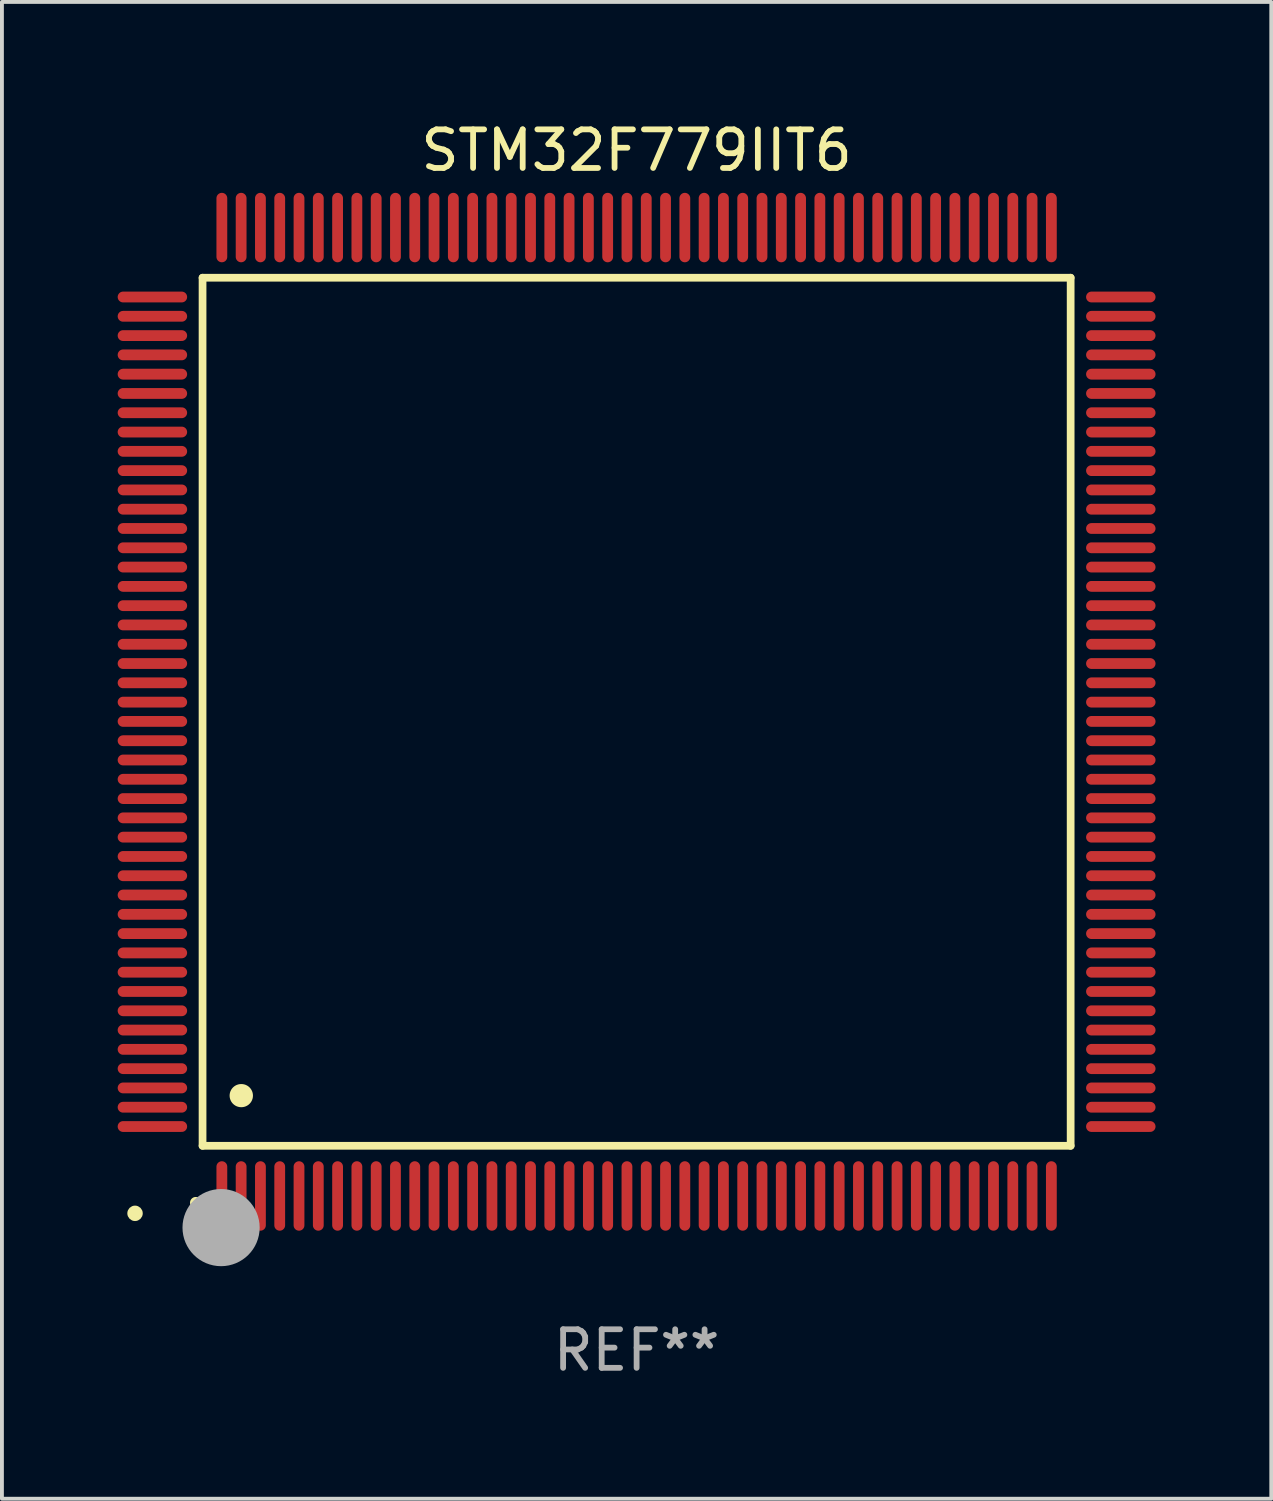
<source format=kicad_pcb>
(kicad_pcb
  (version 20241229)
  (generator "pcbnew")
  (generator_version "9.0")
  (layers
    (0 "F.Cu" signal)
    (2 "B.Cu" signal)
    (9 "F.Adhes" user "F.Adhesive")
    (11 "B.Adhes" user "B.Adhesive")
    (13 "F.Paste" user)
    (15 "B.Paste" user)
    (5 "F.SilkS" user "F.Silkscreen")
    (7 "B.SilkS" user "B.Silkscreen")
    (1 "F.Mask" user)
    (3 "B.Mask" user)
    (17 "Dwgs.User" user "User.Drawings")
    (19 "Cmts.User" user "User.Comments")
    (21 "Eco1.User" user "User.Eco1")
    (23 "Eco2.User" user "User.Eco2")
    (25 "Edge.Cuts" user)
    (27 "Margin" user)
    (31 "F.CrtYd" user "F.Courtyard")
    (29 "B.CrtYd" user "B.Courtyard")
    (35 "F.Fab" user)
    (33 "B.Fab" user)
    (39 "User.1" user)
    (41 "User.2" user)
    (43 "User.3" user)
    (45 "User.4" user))
  (footprint "STM32F779IIT6"
    (layer "F.Cu")
    (at 13.45 15.398)
    (property "Reference" "STM32F779IIT6" (at 0 -14.55 0) (layer "F.SilkS") (effects (font (size 1 1) (thickness 0.15))))
    (attr through_hole)
    (fp_line (start -11.25 -11.25) (end 11.25 -11.25) (stroke (width 0.2) (type solid)) (layer "F.SilkS"))
    (fp_line (start -11.25 11.25) (end -11.25 -11.25) (stroke (width 0.2) (type solid)) (layer "F.SilkS"))
    (fp_line (start 11.25 -11.25) (end 11.25 11.25) (stroke (width 0.2) (type solid)) (layer "F.SilkS"))
    (fp_line (start 11.25 11.25) (end -11.25 11.25) (stroke (width 0.2) (type solid)) (layer "F.SilkS"))
    (fp_arc (start -11.424943 12.725425) (mid -11.423673 12.72542) (end -11.422403 12.725425) (stroke (width 0.3) (type solid)) (layer "F.SilkS"))
    (fp_arc (start -10.24892 9.9492) (mid -10.24638 9.949189) (end -10.24384 9.9492) (stroke (width 0.6) (type solid)) (layer "F.SilkS"))
    (fp_circle (center -13 13) (end -12.9 13) (stroke (width 0.2) (type solid)) (fill no) (layer "F.SilkS"))
    (fp_circle (center -10.77 13.37) (end -10.27 13.37) (stroke (width 1) (type solid)) (fill no) (layer "F.Fab"))
    (fp_text user "REF**" (at 0 16.55 0) (layer "F.Fab") (effects (font (size 1 1) (thickness 0.15))))
    (pad "1" smd oval (at -10.75 12.55) (size 0.28 1.8) (layers "F.Cu" "F.Mask" "F.Paste"))
    (pad "2" smd oval (at -10.25 12.55) (size 0.28 1.8) (layers "F.Cu" "F.Mask" "F.Paste"))
    (pad "3" smd oval (at -9.75 12.55) (size 0.28 1.8) (layers "F.Cu" "F.Mask" "F.Paste"))
    (pad "4" smd oval (at -9.25 12.55) (size 0.28 1.8) (layers "F.Cu" "F.Mask" "F.Paste"))
    (pad "5" smd oval (at -8.75 12.55) (size 0.28 1.8) (layers "F.Cu" "F.Mask" "F.Paste"))
    (pad "6" smd oval (at -8.25 12.55) (size 0.28 1.8) (layers "F.Cu" "F.Mask" "F.Paste"))
    (pad "7" smd oval (at -7.75 12.55) (size 0.28 1.8) (layers "F.Cu" "F.Mask" "F.Paste"))
    (pad "8" smd oval (at -7.25 12.55) (size 0.28 1.8) (layers "F.Cu" "F.Mask" "F.Paste"))
    (pad "9" smd oval (at -6.75 12.55) (size 0.28 1.8) (layers "F.Cu" "F.Mask" "F.Paste"))
    (pad "10" smd oval (at -6.25 12.55) (size 0.28 1.8) (layers "F.Cu" "F.Mask" "F.Paste"))
    (pad "11" smd oval (at -5.75 12.55) (size 0.28 1.8) (layers "F.Cu" "F.Mask" "F.Paste"))
    (pad "12" smd oval (at -5.25 12.55) (size 0.28 1.8) (layers "F.Cu" "F.Mask" "F.Paste"))
    (pad "13" smd oval (at -4.75 12.55) (size 0.28 1.8) (layers "F.Cu" "F.Mask" "F.Paste"))
    (pad "14" smd oval (at -4.25 12.55) (size 0.28 1.8) (layers "F.Cu" "F.Mask" "F.Paste"))
    (pad "15" smd oval (at -3.75 12.55) (size 0.28 1.8) (layers "F.Cu" "F.Mask" "F.Paste"))
    (pad "16" smd oval (at -3.25 12.55) (size 0.28 1.8) (layers "F.Cu" "F.Mask" "F.Paste"))
    (pad "17" smd oval (at -2.75 12.55) (size 0.28 1.8) (layers "F.Cu" "F.Mask" "F.Paste"))
    (pad "18" smd oval (at -2.25 12.55) (size 0.28 1.8) (layers "F.Cu" "F.Mask" "F.Paste"))
    (pad "19" smd oval (at -1.75 12.55) (size 0.28 1.8) (layers "F.Cu" "F.Mask" "F.Paste"))
    (pad "20" smd oval (at -1.25 12.55) (size 0.28 1.8) (layers "F.Cu" "F.Mask" "F.Paste"))
    (pad "21" smd oval (at -0.75 12.55) (size 0.28 1.8) (layers "F.Cu" "F.Mask" "F.Paste"))
    (pad "22" smd oval (at -0.25 12.55) (size 0.28 1.8) (layers "F.Cu" "F.Mask" "F.Paste"))
    (pad "23" smd oval (at 0.25 12.55) (size 0.28 1.8) (layers "F.Cu" "F.Mask" "F.Paste"))
    (pad "24" smd oval (at 0.75 12.55) (size 0.28 1.8) (layers "F.Cu" "F.Mask" "F.Paste"))
    (pad "25" smd oval (at 1.25 12.55) (size 0.28 1.8) (layers "F.Cu" "F.Mask" "F.Paste"))
    (pad "26" smd oval (at 1.75 12.55) (size 0.28 1.8) (layers "F.Cu" "F.Mask" "F.Paste"))
    (pad "27" smd oval (at 2.25 12.55) (size 0.28 1.8) (layers "F.Cu" "F.Mask" "F.Paste"))
    (pad "28" smd oval (at 2.75 12.55) (size 0.28 1.8) (layers "F.Cu" "F.Mask" "F.Paste"))
    (pad "29" smd oval (at 3.25 12.55) (size 0.28 1.8) (layers "F.Cu" "F.Mask" "F.Paste"))
    (pad "30" smd oval (at 3.75 12.55) (size 0.28 1.8) (layers "F.Cu" "F.Mask" "F.Paste"))
    (pad "31" smd oval (at 4.25 12.55) (size 0.28 1.8) (layers "F.Cu" "F.Mask" "F.Paste"))
    (pad "32" smd oval (at 4.75 12.55) (size 0.28 1.8) (layers "F.Cu" "F.Mask" "F.Paste"))
    (pad "33" smd oval (at 5.25 12.55) (size 0.28 1.8) (layers "F.Cu" "F.Mask" "F.Paste"))
    (pad "34" smd oval (at 5.75 12.55) (size 0.28 1.8) (layers "F.Cu" "F.Mask" "F.Paste"))
    (pad "35" smd oval (at 6.25 12.55) (size 0.28 1.8) (layers "F.Cu" "F.Mask" "F.Paste"))
    (pad "36" smd oval (at 6.75 12.55) (size 0.28 1.8) (layers "F.Cu" "F.Mask" "F.Paste"))
    (pad "37" smd oval (at 7.25 12.55) (size 0.28 1.8) (layers "F.Cu" "F.Mask" "F.Paste"))
    (pad "38" smd oval (at 7.75 12.55) (size 0.28 1.8) (layers "F.Cu" "F.Mask" "F.Paste"))
    (pad "39" smd oval (at 8.25 12.55) (size 0.28 1.8) (layers "F.Cu" "F.Mask" "F.Paste"))
    (pad "40" smd oval (at 8.75 12.55) (size 0.28 1.8) (layers "F.Cu" "F.Mask" "F.Paste"))
    (pad "41" smd oval (at 9.25 12.55) (size 0.28 1.8) (layers "F.Cu" "F.Mask" "F.Paste"))
    (pad "42" smd oval (at 9.75 12.55) (size 0.28 1.8) (layers "F.Cu" "F.Mask" "F.Paste"))
    (pad "43" smd oval (at 10.25 12.55) (size 0.28 1.8) (layers "F.Cu" "F.Mask" "F.Paste"))
    (pad "44" smd oval (at 10.75 12.55) (size 0.28 1.8) (layers "F.Cu" "F.Mask" "F.Paste"))
    (pad "45" smd oval (at 12.55 10.75) (size 1.8 0.28) (layers "F.Cu" "F.Mask" "F.Paste"))
    (pad "46" smd oval (at 12.55 10.25) (size 1.8 0.28) (layers "F.Cu" "F.Mask" "F.Paste"))
    (pad "47" smd oval (at 12.55 9.75) (size 1.8 0.28) (layers "F.Cu" "F.Mask" "F.Paste"))
    (pad "48" smd oval (at 12.55 9.25) (size 1.8 0.28) (layers "F.Cu" "F.Mask" "F.Paste"))
    (pad "49" smd oval (at 12.55 8.75) (size 1.8 0.28) (layers "F.Cu" "F.Mask" "F.Paste"))
    (pad "50" smd oval (at 12.55 8.25) (size 1.8 0.28) (layers "F.Cu" "F.Mask" "F.Paste"))
    (pad "51" smd oval (at 12.55 7.75) (size 1.8 0.28) (layers "F.Cu" "F.Mask" "F.Paste"))
    (pad "52" smd oval (at 12.55 7.25) (size 1.8 0.28) (layers "F.Cu" "F.Mask" "F.Paste"))
    (pad "53" smd oval (at 12.55 6.75) (size 1.8 0.28) (layers "F.Cu" "F.Mask" "F.Paste"))
    (pad "54" smd oval (at 12.55 6.25) (size 1.8 0.28) (layers "F.Cu" "F.Mask" "F.Paste"))
    (pad "55" smd oval (at 12.55 5.75) (size 1.8 0.28) (layers "F.Cu" "F.Mask" "F.Paste"))
    (pad "56" smd oval (at 12.55 5.25) (size 1.8 0.28) (layers "F.Cu" "F.Mask" "F.Paste"))
    (pad "57" smd oval (at 12.55 4.75) (size 1.8 0.28) (layers "F.Cu" "F.Mask" "F.Paste"))
    (pad "58" smd oval (at 12.55 4.25) (size 1.8 0.28) (layers "F.Cu" "F.Mask" "F.Paste"))
    (pad "59" smd oval (at 12.55 3.75) (size 1.8 0.28) (layers "F.Cu" "F.Mask" "F.Paste"))
    (pad "60" smd oval (at 12.55 3.25) (size 1.8 0.28) (layers "F.Cu" "F.Mask" "F.Paste"))
    (pad "61" smd oval (at 12.55 2.75) (size 1.8 0.28) (layers "F.Cu" "F.Mask" "F.Paste"))
    (pad "62" smd oval (at 12.55 2.25) (size 1.8 0.28) (layers "F.Cu" "F.Mask" "F.Paste"))
    (pad "63" smd oval (at 12.55 1.75) (size 1.8 0.28) (layers "F.Cu" "F.Mask" "F.Paste"))
    (pad "64" smd oval (at 12.55 1.25) (size 1.8 0.28) (layers "F.Cu" "F.Mask" "F.Paste"))
    (pad "65" smd oval (at 12.55 0.75) (size 1.8 0.28) (layers "F.Cu" "F.Mask" "F.Paste"))
    (pad "66" smd oval (at 12.55 0.25) (size 1.8 0.28) (layers "F.Cu" "F.Mask" "F.Paste"))
    (pad "67" smd oval (at 12.55 -0.25) (size 1.8 0.28) (layers "F.Cu" "F.Mask" "F.Paste"))
    (pad "68" smd oval (at 12.55 -0.75) (size 1.8 0.28) (layers "F.Cu" "F.Mask" "F.Paste"))
    (pad "69" smd oval (at 12.55 -1.25) (size 1.8 0.28) (layers "F.Cu" "F.Mask" "F.Paste"))
    (pad "70" smd oval (at 12.55 -1.75) (size 1.8 0.28) (layers "F.Cu" "F.Mask" "F.Paste"))
    (pad "71" smd oval (at 12.55 -2.25) (size 1.8 0.28) (layers "F.Cu" "F.Mask" "F.Paste"))
    (pad "72" smd oval (at 12.55 -2.75) (size 1.8 0.28) (layers "F.Cu" "F.Mask" "F.Paste"))
    (pad "73" smd oval (at 12.55 -3.25) (size 1.8 0.28) (layers "F.Cu" "F.Mask" "F.Paste"))
    (pad "74" smd oval (at 12.55 -3.75) (size 1.8 0.28) (layers "F.Cu" "F.Mask" "F.Paste"))
    (pad "75" smd oval (at 12.55 -4.25) (size 1.8 0.28) (layers "F.Cu" "F.Mask" "F.Paste"))
    (pad "76" smd oval (at 12.55 -4.75) (size 1.8 0.28) (layers "F.Cu" "F.Mask" "F.Paste"))
    (pad "77" smd oval (at 12.55 -5.25) (size 1.8 0.28) (layers "F.Cu" "F.Mask" "F.Paste"))
    (pad "78" smd oval (at 12.55 -5.75) (size 1.8 0.28) (layers "F.Cu" "F.Mask" "F.Paste"))
    (pad "79" smd oval (at 12.55 -6.25) (size 1.8 0.28) (layers "F.Cu" "F.Mask" "F.Paste"))
    (pad "80" smd oval (at 12.55 -6.75) (size 1.8 0.28) (layers "F.Cu" "F.Mask" "F.Paste"))
    (pad "81" smd oval (at 12.55 -7.25) (size 1.8 0.28) (layers "F.Cu" "F.Mask" "F.Paste"))
    (pad "82" smd oval (at 12.55 -7.75) (size 1.8 0.28) (layers "F.Cu" "F.Mask" "F.Paste"))
    (pad "83" smd oval (at 12.55 -8.25) (size 1.8 0.28) (layers "F.Cu" "F.Mask" "F.Paste"))
    (pad "84" smd oval (at 12.55 -8.75) (size 1.8 0.28) (layers "F.Cu" "F.Mask" "F.Paste"))
    (pad "85" smd oval (at 12.55 -9.25) (size 1.8 0.28) (layers "F.Cu" "F.Mask" "F.Paste"))
    (pad "86" smd oval (at 12.55 -9.75) (size 1.8 0.28) (layers "F.Cu" "F.Mask" "F.Paste"))
    (pad "87" smd oval (at 12.55 -10.25) (size 1.8 0.28) (layers "F.Cu" "F.Mask" "F.Paste"))
    (pad "88" smd oval (at 12.55 -10.75) (size 1.8 0.28) (layers "F.Cu" "F.Mask" "F.Paste"))
    (pad "89" smd oval (at 10.75 -12.55) (size 0.28 1.8) (layers "F.Cu" "F.Mask" "F.Paste"))
    (pad "90" smd oval (at 10.25 -12.55) (size 0.28 1.8) (layers "F.Cu" "F.Mask" "F.Paste"))
    (pad "91" smd oval (at 9.75 -12.55) (size 0.28 1.8) (layers "F.Cu" "F.Mask" "F.Paste"))
    (pad "92" smd oval (at 9.25 -12.55) (size 0.28 1.8) (layers "F.Cu" "F.Mask" "F.Paste"))
    (pad "93" smd oval (at 8.75 -12.55) (size 0.28 1.8) (layers "F.Cu" "F.Mask" "F.Paste"))
    (pad "94" smd oval (at 8.25 -12.55) (size 0.28 1.8) (layers "F.Cu" "F.Mask" "F.Paste"))
    (pad "95" smd oval (at 7.75 -12.55) (size 0.28 1.8) (layers "F.Cu" "F.Mask" "F.Paste"))
    (pad "96" smd oval (at 7.25 -12.55) (size 0.28 1.8) (layers "F.Cu" "F.Mask" "F.Paste"))
    (pad "97" smd oval (at 6.75 -12.55) (size 0.28 1.8) (layers "F.Cu" "F.Mask" "F.Paste"))
    (pad "98" smd oval (at 6.25 -12.55) (size 0.28 1.8) (layers "F.Cu" "F.Mask" "F.Paste"))
    (pad "99" smd oval (at 5.75 -12.55) (size 0.28 1.8) (layers "F.Cu" "F.Mask" "F.Paste"))
    (pad "100" smd oval (at 5.25 -12.55) (size 0.28 1.8) (layers "F.Cu" "F.Mask" "F.Paste"))
    (pad "101" smd oval (at 4.75 -12.55) (size 0.28 1.8) (layers "F.Cu" "F.Mask" "F.Paste"))
    (pad "102" smd oval (at 4.25 -12.55) (size 0.28 1.8) (layers "F.Cu" "F.Mask" "F.Paste"))
    (pad "103" smd oval (at 3.75 -12.55) (size 0.28 1.8) (layers "F.Cu" "F.Mask" "F.Paste"))
    (pad "104" smd oval (at 3.25 -12.55) (size 0.28 1.8) (layers "F.Cu" "F.Mask" "F.Paste"))
    (pad "105" smd oval (at 2.75 -12.55) (size 0.28 1.8) (layers "F.Cu" "F.Mask" "F.Paste"))
    (pad "106" smd oval (at 2.25 -12.55) (size 0.28 1.8) (layers "F.Cu" "F.Mask" "F.Paste"))
    (pad "107" smd oval (at 1.75 -12.55) (size 0.28 1.8) (layers "F.Cu" "F.Mask" "F.Paste"))
    (pad "108" smd oval (at 1.25 -12.55) (size 0.28 1.8) (layers "F.Cu" "F.Mask" "F.Paste"))
    (pad "109" smd oval (at 0.75 -12.55) (size 0.28 1.8) (layers "F.Cu" "F.Mask" "F.Paste"))
    (pad "110" smd oval (at 0.25 -12.55) (size 0.28 1.8) (layers "F.Cu" "F.Mask" "F.Paste"))
    (pad "111" smd oval (at -0.25 -12.55) (size 0.28 1.8) (layers "F.Cu" "F.Mask" "F.Paste"))
    (pad "112" smd oval (at -0.75 -12.55) (size 0.28 1.8) (layers "F.Cu" "F.Mask" "F.Paste"))
    (pad "113" smd oval (at -1.25 -12.55) (size 0.28 1.8) (layers "F.Cu" "F.Mask" "F.Paste"))
    (pad "114" smd oval (at -1.75 -12.55) (size 0.28 1.8) (layers "F.Cu" "F.Mask" "F.Paste"))
    (pad "115" smd oval (at -2.25 -12.55) (size 0.28 1.8) (layers "F.Cu" "F.Mask" "F.Paste"))
    (pad "116" smd oval (at -2.75 -12.55) (size 0.28 1.8) (layers "F.Cu" "F.Mask" "F.Paste"))
    (pad "117" smd oval (at -3.25 -12.55) (size 0.28 1.8) (layers "F.Cu" "F.Mask" "F.Paste"))
    (pad "118" smd oval (at -3.75 -12.55) (size 0.28 1.8) (layers "F.Cu" "F.Mask" "F.Paste"))
    (pad "119" smd oval (at -4.25 -12.55) (size 0.28 1.8) (layers "F.Cu" "F.Mask" "F.Paste"))
    (pad "120" smd oval (at -4.75 -12.55) (size 0.28 1.8) (layers "F.Cu" "F.Mask" "F.Paste"))
    (pad "121" smd oval (at -5.25 -12.55) (size 0.28 1.8) (layers "F.Cu" "F.Mask" "F.Paste"))
    (pad "122" smd oval (at -5.75 -12.55) (size 0.28 1.8) (layers "F.Cu" "F.Mask" "F.Paste"))
    (pad "123" smd oval (at -6.25 -12.55) (size 0.28 1.8) (layers "F.Cu" "F.Mask" "F.Paste"))
    (pad "124" smd oval (at -6.75 -12.55) (size 0.28 1.8) (layers "F.Cu" "F.Mask" "F.Paste"))
    (pad "125" smd oval (at -7.25 -12.55) (size 0.28 1.8) (layers "F.Cu" "F.Mask" "F.Paste"))
    (pad "126" smd oval (at -7.75 -12.55) (size 0.28 1.8) (layers "F.Cu" "F.Mask" "F.Paste"))
    (pad "127" smd oval (at -8.25 -12.55) (size 0.28 1.8) (layers "F.Cu" "F.Mask" "F.Paste"))
    (pad "128" smd oval (at -8.75 -12.55) (size 0.28 1.8) (layers "F.Cu" "F.Mask" "F.Paste"))
    (pad "129" smd oval (at -9.25 -12.55) (size 0.28 1.8) (layers "F.Cu" "F.Mask" "F.Paste"))
    (pad "130" smd oval (at -9.75 -12.55) (size 0.28 1.8) (layers "F.Cu" "F.Mask" "F.Paste"))
    (pad "131" smd oval (at -10.25 -12.55) (size 0.28 1.8) (layers "F.Cu" "F.Mask" "F.Paste"))
    (pad "132" smd oval (at -10.75 -12.55) (size 0.28 1.8) (layers "F.Cu" "F.Mask" "F.Paste"))
    (pad "133" smd oval (at -12.55 -10.75) (size 1.8 0.28) (layers "F.Cu" "F.Mask" "F.Paste"))
    (pad "134" smd oval (at -12.55 -10.25) (size 1.8 0.28) (layers "F.Cu" "F.Mask" "F.Paste"))
    (pad "135" smd oval (at -12.55 -9.75) (size 1.8 0.28) (layers "F.Cu" "F.Mask" "F.Paste"))
    (pad "136" smd oval (at -12.55 -9.25) (size 1.8 0.28) (layers "F.Cu" "F.Mask" "F.Paste"))
    (pad "137" smd oval (at -12.55 -8.75) (size 1.8 0.28) (layers "F.Cu" "F.Mask" "F.Paste"))
    (pad "138" smd oval (at -12.55 -8.25) (size 1.8 0.28) (layers "F.Cu" "F.Mask" "F.Paste"))
    (pad "139" smd oval (at -12.55 -7.75) (size 1.8 0.28) (layers "F.Cu" "F.Mask" "F.Paste"))
    (pad "140" smd oval (at -12.55 -7.25) (size 1.8 0.28) (layers "F.Cu" "F.Mask" "F.Paste"))
    (pad "141" smd oval (at -12.55 -6.75) (size 1.8 0.28) (layers "F.Cu" "F.Mask" "F.Paste"))
    (pad "142" smd oval (at -12.55 -6.25) (size 1.8 0.28) (layers "F.Cu" "F.Mask" "F.Paste"))
    (pad "143" smd oval (at -12.55 -5.75) (size 1.8 0.28) (layers "F.Cu" "F.Mask" "F.Paste"))
    (pad "144" smd oval (at -12.55 -5.25) (size 1.8 0.28) (layers "F.Cu" "F.Mask" "F.Paste"))
    (pad "145" smd oval (at -12.55 -4.75) (size 1.8 0.28) (layers "F.Cu" "F.Mask" "F.Paste"))
    (pad "146" smd oval (at -12.55 -4.25) (size 1.8 0.28) (layers "F.Cu" "F.Mask" "F.Paste"))
    (pad "147" smd oval (at -12.55 -3.75) (size 1.8 0.28) (layers "F.Cu" "F.Mask" "F.Paste"))
    (pad "148" smd oval (at -12.55 -3.25) (size 1.8 0.28) (layers "F.Cu" "F.Mask" "F.Paste"))
    (pad "149" smd oval (at -12.55 -2.75) (size 1.8 0.28) (layers "F.Cu" "F.Mask" "F.Paste"))
    (pad "150" smd oval (at -12.55 -2.25) (size 1.8 0.28) (layers "F.Cu" "F.Mask" "F.Paste"))
    (pad "151" smd oval (at -12.55 -1.75) (size 1.8 0.28) (layers "F.Cu" "F.Mask" "F.Paste"))
    (pad "152" smd oval (at -12.55 -1.25) (size 1.8 0.28) (layers "F.Cu" "F.Mask" "F.Paste"))
    (pad "153" smd oval (at -12.55 -0.75) (size 1.8 0.28) (layers "F.Cu" "F.Mask" "F.Paste"))
    (pad "154" smd oval (at -12.55 -0.25) (size 1.8 0.28) (layers "F.Cu" "F.Mask" "F.Paste"))
    (pad "155" smd oval (at -12.55 0.25) (size 1.8 0.28) (layers "F.Cu" "F.Mask" "F.Paste"))
    (pad "156" smd oval (at -12.55 0.75) (size 1.8 0.28) (layers "F.Cu" "F.Mask" "F.Paste"))
    (pad "157" smd oval (at -12.55 1.25) (size 1.8 0.28) (layers "F.Cu" "F.Mask" "F.Paste"))
    (pad "158" smd oval (at -12.55 1.75) (size 1.8 0.28) (layers "F.Cu" "F.Mask" "F.Paste"))
    (pad "159" smd oval (at -12.55 2.25) (size 1.8 0.28) (layers "F.Cu" "F.Mask" "F.Paste"))
    (pad "160" smd oval (at -12.55 2.75) (size 1.8 0.28) (layers "F.Cu" "F.Mask" "F.Paste"))
    (pad "161" smd oval (at -12.55 3.25) (size 1.8 0.28) (layers "F.Cu" "F.Mask" "F.Paste"))
    (pad "162" smd oval (at -12.55 3.75) (size 1.8 0.28) (layers "F.Cu" "F.Mask" "F.Paste"))
    (pad "163" smd oval (at -12.55 4.25) (size 1.8 0.28) (layers "F.Cu" "F.Mask" "F.Paste"))
    (pad "164" smd oval (at -12.55 4.75) (size 1.8 0.28) (layers "F.Cu" "F.Mask" "F.Paste"))
    (pad "165" smd oval (at -12.55 5.25) (size 1.8 0.28) (layers "F.Cu" "F.Mask" "F.Paste"))
    (pad "166" smd oval (at -12.55 5.75) (size 1.8 0.28) (layers "F.Cu" "F.Mask" "F.Paste"))
    (pad "167" smd oval (at -12.55 6.25) (size 1.8 0.28) (layers "F.Cu" "F.Mask" "F.Paste"))
    (pad "168" smd oval (at -12.55 6.75) (size 1.8 0.28) (layers "F.Cu" "F.Mask" "F.Paste"))
    (pad "169" smd oval (at -12.55 7.25) (size 1.8 0.28) (layers "F.Cu" "F.Mask" "F.Paste"))
    (pad "170" smd oval (at -12.55 7.75) (size 1.8 0.28) (layers "F.Cu" "F.Mask" "F.Paste"))
    (pad "171" smd oval (at -12.55 8.25) (size 1.8 0.28) (layers "F.Cu" "F.Mask" "F.Paste"))
    (pad "172" smd oval (at -12.55 8.75) (size 1.8 0.28) (layers "F.Cu" "F.Mask" "F.Paste"))
    (pad "173" smd oval (at -12.55 9.25) (size 1.8 0.28) (layers "F.Cu" "F.Mask" "F.Paste"))
    (pad "174" smd oval (at -12.55 9.75) (size 1.8 0.28) (layers "F.Cu" "F.Mask" "F.Paste"))
    (pad "175" smd oval (at -12.55 10.25) (size 1.8 0.28) (layers "F.Cu" "F.Mask" "F.Paste"))
    (pad "176" smd oval (at -12.55 10.75) (size 1.8 0.28) (layers "F.Cu" "F.Mask" "F.Paste")))
  (gr_rect
    (start -3 -3)
    (end 29.9 35.796)
    (stroke (width 0.1) (type default))
    (fill no)
    (layer "Edge.Cuts")))
</source>
